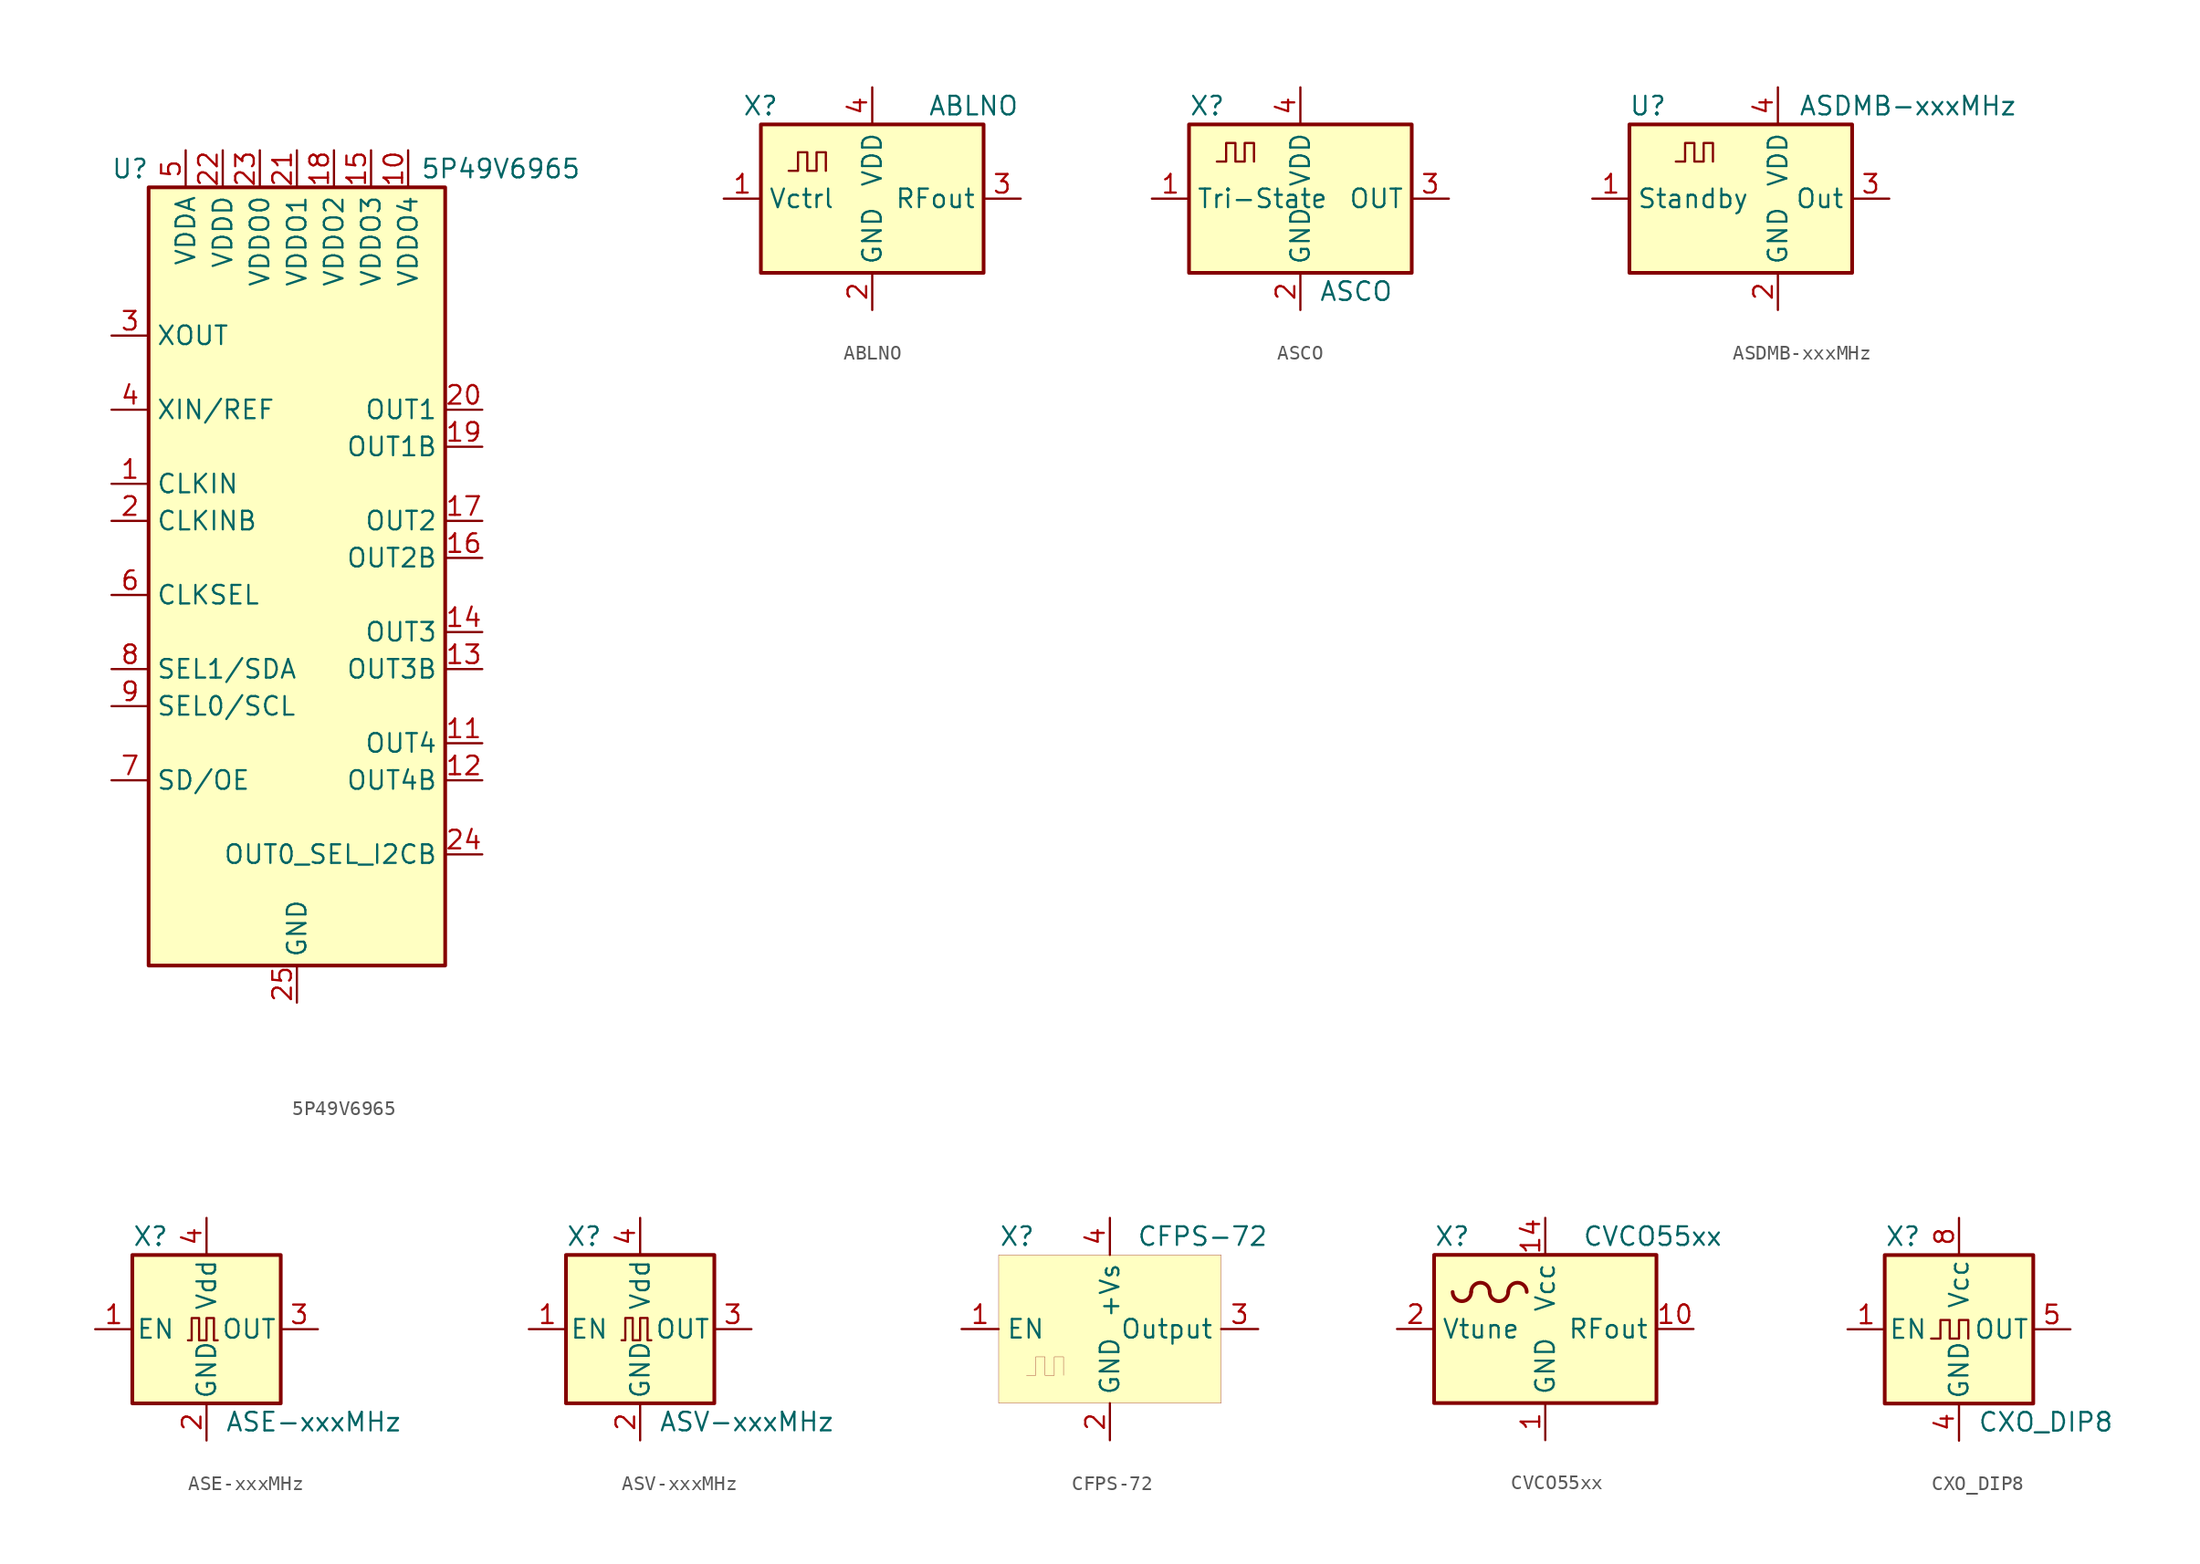
<source format=kicad_sym>
(kicad_symbol_lib
  (version 20241209)
  (generator "kicad_symbol_editor")
  (generator_version "9.0")
  (symbol "5P49V6965"
    (property "Reference" "U"
      (at -11.43 29.21 0)
      (effects (font (size 1.27 1.27))))
    (property "Value" "5P49V6965"
      (at 13.97 29.21 0)
      (effects (font (size 1.27 1.27))))
    (symbol "5P49V6965_0_1"
      (rectangle (start -10.16 27.94) (end 10.16 -25.4) (stroke (width 0.254) (type default)) (fill (type background))))
    (symbol "5P49V6965_1_1"
      (pin output line (at -12.7 17.78 0) (length 2.54) (name "XOUT" (effects (font (size 1.27 1.27)))) (number "3" (effects (font (size 1.27 1.27)))))
      (pin input line (at -12.7 12.7 0) (length 2.54) (name "XIN/REF" (effects (font (size 1.27 1.27)))) (number "4" (effects (font (size 1.27 1.27)))))
      (pin input line (at -12.7 7.62 0) (length 2.54) (name "CLKIN" (effects (font (size 1.27 1.27)))) (number "1" (effects (font (size 1.27 1.27)))))
      (pin input line (at -12.7 5.08 0) (length 2.54) (name "CLKINB" (effects (font (size 1.27 1.27)))) (number "2" (effects (font (size 1.27 1.27)))))
      (pin input line (at -12.7 0 0) (length 2.54) (name "CLKSEL" (effects (font (size 1.27 1.27)))) (number "6" (effects (font (size 1.27 1.27)))))
      (pin bidirectional line (at -12.7 -5.08 0) (length 2.54) (name "SEL1/SDA" (effects (font (size 1.27 1.27)))) (number "8" (effects (font (size 1.27 1.27)))))
      (pin input line (at -12.7 -7.62 0) (length 2.54) (name "SEL0/SCL" (effects (font (size 1.27 1.27)))) (number "9" (effects (font (size 1.27 1.27)))))
      (pin input line (at -12.7 -12.7 0) (length 2.54) (name "SD/OE" (effects (font (size 1.27 1.27)))) (number "7" (effects (font (size 1.27 1.27)))))
      (pin power_in line (at -7.62 30.48 270) (length 2.54) (name "VDDA" (effects (font (size 1.27 1.27)))) (number "5" (effects (font (size 1.27 1.27)))))
      (pin power_in line (at -5.08 30.48 270) (length 2.54) (name "VDDD" (effects (font (size 1.27 1.27)))) (number "22" (effects (font (size 1.27 1.27)))))
      (pin power_in line (at -2.54 30.48 270) (length 2.54) (name "VDDO0" (effects (font (size 1.27 1.27)))) (number "23" (effects (font (size 1.27 1.27)))))
      (pin power_in line (at 0 30.48 270) (length 2.54) (name "VDDO1" (effects (font (size 1.27 1.27)))) (number "21" (effects (font (size 1.27 1.27)))))
      (pin power_in line (at 0 -27.94 90) (length 2.54) (name "GND" (effects (font (size 1.27 1.27)))) (number "25" (effects (font (size 1.27 1.27)))))
      (pin power_in line (at 2.54 30.48 270) (length 2.54) (name "VDDO2" (effects (font (size 1.27 1.27)))) (number "18" (effects (font (size 1.27 1.27)))))
      (pin power_in line (at 5.08 30.48 270) (length 2.54) (name "VDDO3" (effects (font (size 1.27 1.27)))) (number "15" (effects (font (size 1.27 1.27)))))
      (pin power_in line (at 7.62 30.48 270) (length 2.54) (name "VDDO4" (effects (font (size 1.27 1.27)))) (number "10" (effects (font (size 1.27 1.27)))))
      (pin output line (at 12.7 12.7 180) (length 2.54) (name "OUT1" (effects (font (size 1.27 1.27)))) (number "20" (effects (font (size 1.27 1.27)))))
      (pin output line (at 12.7 10.16 180) (length 2.54) (name "OUT1B" (effects (font (size 1.27 1.27)))) (number "19" (effects (font (size 1.27 1.27)))))
      (pin output line (at 12.7 5.08 180) (length 2.54) (name "OUT2" (effects (font (size 1.27 1.27)))) (number "17" (effects (font (size 1.27 1.27)))))
      (pin output line (at 12.7 2.54 180) (length 2.54) (name "OUT2B" (effects (font (size 1.27 1.27)))) (number "16" (effects (font (size 1.27 1.27)))))
      (pin output line (at 12.7 -2.54 180) (length 2.54) (name "OUT3" (effects (font (size 1.27 1.27)))) (number "14" (effects (font (size 1.27 1.27)))))
      (pin output line (at 12.7 -5.08 180) (length 2.54) (name "OUT3B" (effects (font (size 1.27 1.27)))) (number "13" (effects (font (size 1.27 1.27)))))
      (pin output line (at 12.7 -10.16 180) (length 2.54) (name "OUT4" (effects (font (size 1.27 1.27)))) (number "11" (effects (font (size 1.27 1.27)))))
      (pin output line (at 12.7 -12.7 180) (length 2.54) (name "OUT4B" (effects (font (size 1.27 1.27)))) (number "12" (effects (font (size 1.27 1.27)))))
      (pin bidirectional line (at 12.7 -17.78 180) (length 2.54) (name "OUT0_SEL_I2CB" (effects (font (size 1.27 1.27)))) (number "24" (effects (font (size 1.27 1.27)))))))
  (symbol "ABLNO"
    (property "Reference" "X"
      (at -8.89 6.35 0)
      (effects (font (size 1.27 1.27)) (justify left)))
    (property "Value" "ABLNO"
      (at 3.81 6.35 0)
      (effects (font (size 1.27 1.27)) (justify left)))
    (symbol "ABLNO_0_1"
      (rectangle (start -7.62 5.08) (end 7.62 -5.08) (stroke (width 0.254) (type default)) (fill (type background)))
      (polyline (pts (xy -5.715 1.905) (xy -5.08 1.905) (xy -5.08 3.175) (xy -4.445 3.175) (xy -4.445 1.905) (xy -3.81 1.905) (xy -3.81 3.175) (xy -3.175 3.175) (xy -3.175 1.905)) (stroke (width 0) (type default)) (fill (type none))))
    (symbol "ABLNO_1_1"
      (pin input line (at -10.16 0 0) (length 2.54) (name "Vctrl" (effects (font (size 1.27 1.27)))) (number "1" (effects (font (size 1.27 1.27)))))
      (pin power_in line (at 0 7.62 270) (length 2.54) (name "VDD" (effects (font (size 1.27 1.27)))) (number "4" (effects (font (size 1.27 1.27)))))
      (pin power_in line (at 0 -7.62 90) (length 2.54) (name "GND" (effects (font (size 1.27 1.27)))) (number "2" (effects (font (size 1.27 1.27)))))
      (pin output line (at 10.16 0 180) (length 2.54) (name "RFout" (effects (font (size 1.27 1.27)))) (number "3" (effects (font (size 1.27 1.27)))))))
  (symbol "ASCO"
    (property "Reference" "X"
      (at -7.62 6.35 0)
      (effects (font (size 1.27 1.27)) (justify left)))
    (property "Value" "ASCO"
      (at 1.27 -6.35 0)
      (effects (font (size 1.27 1.27)) (justify left)))
    (symbol "ASCO_0_1"
      (rectangle (start -7.62 5.08) (end 7.62 -5.08) (stroke (width 0.254) (type default)) (fill (type background)))
      (polyline (pts (xy -5.715 2.54) (xy -5.08 2.54) (xy -5.08 3.81) (xy -4.445 3.81) (xy -4.445 2.54) (xy -3.81 2.54) (xy -3.81 3.81) (xy -3.175 3.81) (xy -3.175 2.54)) (stroke (width 0) (type default)) (fill (type none))))
    (symbol "ASCO_1_1"
      (pin input line (at -10.16 0 0) (length 2.54) (name "Tri-State" (effects (font (size 1.27 1.27)))) (number "1" (effects (font (size 1.27 1.27)))))
      (pin power_in line (at 0 7.62 270) (length 2.54) (name "VDD" (effects (font (size 1.27 1.27)))) (number "4" (effects (font (size 1.27 1.27)))))
      (pin power_in line (at 0 -7.62 90) (length 2.54) (name "GND" (effects (font (size 1.27 1.27)))) (number "2" (effects (font (size 1.27 1.27)))))
      (pin output line (at 10.16 0 180) (length 2.54) (name "OUT" (effects (font (size 1.27 1.27)))) (number "3" (effects (font (size 1.27 1.27)))))))
  (symbol "ASDMB-xxxMHz"
    (property "Reference" "U"
      (at -6.35 6.35 0)
      (effects (font (size 1.27 1.27))))
    (property "Value" "ASDMB-xxxMHz"
      (at 11.43 6.35 0)
      (effects (font (size 1.27 1.27))))
    (symbol "ASDMB-xxxMHz_1_1"
      (rectangle (start -7.62 5.08) (end 7.62 -5.08) (stroke (width 0.254) (type default)) (fill (type background)))
      (polyline (pts (xy -4.445 2.54) (xy -3.81 2.54) (xy -3.81 3.81) (xy -3.175 3.81) (xy -3.175 2.54) (xy -2.54 2.54) (xy -2.54 3.81) (xy -1.905 3.81) (xy -1.905 2.54)) (stroke (width 0) (type default)) (fill (type none)))
      (pin input line (at -10.16 0 0) (length 2.54) (name "Standby" (effects (font (size 1.27 1.27)))) (number "1" (effects (font (size 1.27 1.27)))))
      (pin power_in line (at 2.54 7.62 270) (length 2.54) (name "VDD" (effects (font (size 1.27 1.27)))) (number "4" (effects (font (size 1.27 1.27)))))
      (pin power_in line (at 2.54 -7.62 90) (length 2.54) (name "GND" (effects (font (size 1.27 1.27)))) (number "2" (effects (font (size 1.27 1.27)))))
      (pin output line (at 10.16 0 180) (length 2.54) (name "Out" (effects (font (size 1.27 1.27)))) (number "3" (effects (font (size 1.27 1.27)))))))
  (symbol "ASE-xxxMHz"
    (pin_names
      (offset 0.254))
    (property "Reference" "X"
      (at -5.08 6.35 0)
      (effects (font (size 1.27 1.27)) (justify left)))
    (property "Value" "ASE-xxxMHz"
      (at 1.27 -6.35 0)
      (effects (font (size 1.27 1.27)) (justify left)))
    (symbol "ASE-xxxMHz_0_1"
      (rectangle (start -5.08 5.08) (end 5.08 -5.08) (stroke (width 0.254) (type default)) (fill (type background)))
      (polyline (pts (xy -1.27 -0.762) (xy -1.016 -0.762) (xy -1.016 0.762) (xy -0.508 0.762) (xy -0.508 -0.762) (xy 0 -0.762) (xy 0 0.762) (xy 0.508 0.762) (xy 0.508 -0.762) (xy 0.762 -0.762)) (stroke (width 0) (type default)) (fill (type none))))
    (symbol "ASE-xxxMHz_1_1"
      (pin input line (at -7.62 0 0) (length 2.54) (name "EN" (effects (font (size 1.27 1.27)))) (number "1" (effects (font (size 1.27 1.27)))))
      (pin power_in line (at 0 7.62 270) (length 2.54) (name "Vdd" (effects (font (size 1.27 1.27)))) (number "4" (effects (font (size 1.27 1.27)))))
      (pin power_in line (at 0 -7.62 90) (length 2.54) (name "GND" (effects (font (size 1.27 1.27)))) (number "2" (effects (font (size 1.27 1.27)))))
      (pin output line (at 7.62 0 180) (length 2.54) (name "OUT" (effects (font (size 1.27 1.27)))) (number "3" (effects (font (size 1.27 1.27)))))))
  (symbol "ASV-xxxMHz"
    (pin_names
      (offset 0.254))
    (property "Reference" "X"
      (at -5.08 6.35 0)
      (effects (font (size 1.27 1.27)) (justify left)))
    (property "Value" "ASV-xxxMHz"
      (at 1.27 -6.35 0)
      (effects (font (size 1.27 1.27)) (justify left)))
    (symbol "ASV-xxxMHz_0_1"
      (rectangle (start -5.08 5.08) (end 5.08 -5.08) (stroke (width 0.254) (type default)) (fill (type background)))
      (polyline (pts (xy -1.27 -0.762) (xy -1.016 -0.762) (xy -1.016 0.762) (xy -0.508 0.762) (xy -0.508 -0.762) (xy 0 -0.762) (xy 0 0.762) (xy 0.508 0.762) (xy 0.508 -0.762) (xy 0.762 -0.762)) (stroke (width 0) (type default)) (fill (type none))))
    (symbol "ASV-xxxMHz_1_1"
      (pin input line (at -7.62 0 0) (length 2.54) (name "EN" (effects (font (size 1.27 1.27)))) (number "1" (effects (font (size 1.27 1.27)))))
      (pin power_in line (at 0 7.62 270) (length 2.54) (name "Vdd" (effects (font (size 1.27 1.27)))) (number "4" (effects (font (size 1.27 1.27)))))
      (pin power_in line (at 0 -7.62 90) (length 2.54) (name "GND" (effects (font (size 1.27 1.27)))) (number "2" (effects (font (size 1.27 1.27)))))
      (pin output line (at 7.62 0 180) (length 2.54) (name "OUT" (effects (font (size 1.27 1.27)))) (number "3" (effects (font (size 1.27 1.27)))))))
  (symbol "CFPS-72"
    (property "Reference" "X"
      (at -6.35 6.35 0)
      (effects (font (size 1.27 1.27))))
    (property "Value" "CFPS-72"
      (at 6.35 6.35 0)
      (effects (font (size 1.27 1.27))))
    (symbol "CFPS-72_0_1"
      (rectangle (start -7.62 5.08) (end 7.62 -5.08) (stroke (width 0.001) (type default)) (fill (type background)))
      (polyline (pts (xy -5.715 -3.175) (xy -5.08 -3.175) (xy -5.08 -1.905) (xy -4.445 -1.905) (xy -4.445 -3.175) (xy -3.81 -3.175) (xy -3.81 -1.905) (xy -3.175 -1.905) (xy -3.175 -3.175)) (stroke (width 0.001) (type default)) (fill (type none))))
    (symbol "CFPS-72_1_1"
      (pin input line (at -10.16 0 0) (length 2.54) (name "EN" (effects (font (size 1.27 1.27)))) (number "1" (effects (font (size 1.27 1.27)))))
      (pin power_in line (at 0 7.62 270) (length 2.54) (name "+Vs" (effects (font (size 1.27 1.27)))) (number "4" (effects (font (size 1.27 1.27)))))
      (pin power_in line (at 0 -7.62 90) (length 2.54) (name "GND" (effects (font (size 1.27 1.27)))) (number "2" (effects (font (size 1.27 1.27)))))
      (pin output line (at 10.16 0 180) (length 2.54) (name "Output" (effects (font (size 1.27 1.27)))) (number "3" (effects (font (size 1.27 1.27)))))))
  (symbol "CVCO55xx"
    (property "Reference" "X"
      (at -7.62 6.35 0)
      (effects (font (size 1.27 1.27)) (justify left)))
    (property "Value" "CVCO55xx"
      (at 2.54 6.35 0)
      (effects (font (size 1.27 1.27)) (justify left)))
    (symbol "CVCO55xx_0_0"
      (pin passive line (at 0 -7.62 90) (length 2.54) hide (name "GND" (effects (font (size 1.27 1.27)))) (number "15" (effects (font (size 1.27 1.27)))))
      (pin passive line (at 0 -7.62 90) (length 2.54) hide (name "GND" (effects (font (size 1.27 1.27)))) (number "16" (effects (font (size 1.27 1.27))))))
    (symbol "CVCO55xx_0_1"
      (rectangle (start -7.62 5.08) (end 7.62 -5.08) (stroke (width 0.254) (type default)) (fill (type background)))
      (arc (start -5.08 2.54) (mid -5.715 1.9077) (end -6.35 2.54) (stroke (width 0.254) (type default)) (fill (type none)))
      (arc (start -5.08 2.54) (mid -4.445 3.1723) (end -3.81 2.54) (stroke (width 0.254) (type default)) (fill (type none)))
      (arc (start -2.54 2.54) (mid -3.175 1.9077) (end -3.81 2.54) (stroke (width 0.254) (type default)) (fill (type none)))
      (arc (start -2.54 2.54) (mid -1.905 3.1723) (end -1.27 2.54) (stroke (width 0.254) (type default)) (fill (type none))))
    (symbol "CVCO55xx_1_1"
      (pin passive line (at -10.16 0 0) (length 2.54) (name "Vtune" (effects (font (size 1.27 1.27)))) (number "2" (effects (font (size 1.27 1.27)))))
      (pin power_in line (at 0 7.62 270) (length 2.54) (name "Vcc" (effects (font (size 1.27 1.27)))) (number "14" (effects (font (size 1.27 1.27)))))
      (pin power_in line (at 0 -7.62 90) (length 2.54) (name "GND" (effects (font (size 1.27 1.27)))) (number "1" (effects (font (size 1.27 1.27)))))
      (pin passive line (at 0 -7.62 90) (length 2.54) hide (name "GND" (effects (font (size 1.27 1.27)))) (number "11" (effects (font (size 1.27 1.27)))))
      (pin passive line (at 0 -7.62 90) (length 2.54) hide (name "GND" (effects (font (size 1.27 1.27)))) (number "12" (effects (font (size 1.27 1.27)))))
      (pin passive line (at 0 -7.62 90) (length 2.54) hide (name "GND" (effects (font (size 1.27 1.27)))) (number "13" (effects (font (size 1.27 1.27)))))
      (pin passive line (at 0 -7.62 90) (length 2.54) hide (name "GND" (effects (font (size 1.27 1.27)))) (number "3" (effects (font (size 1.27 1.27)))))
      (pin passive line (at 0 -7.62 90) (length 2.54) hide (name "GND" (effects (font (size 1.27 1.27)))) (number "4" (effects (font (size 1.27 1.27)))))
      (pin passive line (at 0 -7.62 90) (length 2.54) hide (name "GND" (effects (font (size 1.27 1.27)))) (number "5" (effects (font (size 1.27 1.27)))))
      (pin passive line (at 0 -7.62 90) (length 2.54) hide (name "GND" (effects (font (size 1.27 1.27)))) (number "6" (effects (font (size 1.27 1.27)))))
      (pin passive line (at 0 -7.62 90) (length 2.54) hide (name "GND" (effects (font (size 1.27 1.27)))) (number "7" (effects (font (size 1.27 1.27)))))
      (pin passive line (at 0 -7.62 90) (length 2.54) hide (name "GND" (effects (font (size 1.27 1.27)))) (number "8" (effects (font (size 1.27 1.27)))))
      (pin passive line (at 0 -7.62 90) (length 2.54) hide (name "GND" (effects (font (size 1.27 1.27)))) (number "9" (effects (font (size 1.27 1.27)))))
      (pin output line (at 10.16 0 180) (length 2.54) (name "RFout" (effects (font (size 1.27 1.27)))) (number "10" (effects (font (size 1.27 1.27)))))))
  (symbol "CXO_DIP8"
    (pin_names
      (offset 0.254))
    (property "Reference" "X"
      (at -5.08 6.35 0)
      (effects (font (size 1.27 1.27)) (justify left)))
    (property "Value" "CXO_DIP8"
      (at 1.27 -6.35 0)
      (effects (font (size 1.27 1.27)) (justify left)))
    (symbol "CXO_DIP8_0_1"
      (rectangle (start -5.08 5.08) (end 5.08 -5.08) (stroke (width 0.254) (type default)) (fill (type background)))
      (polyline (pts (xy -1.905 -0.635) (xy -1.27 -0.635) (xy -1.27 0.635) (xy -0.635 0.635) (xy -0.635 -0.635) (xy 0 -0.635) (xy 0 0.635) (xy 0.635 0.635) (xy 0.635 -0.635)) (stroke (width 0) (type default)) (fill (type none))))
    (symbol "CXO_DIP8_1_1"
      (pin input line (at -7.62 0 0) (length 2.54) (name "EN" (effects (font (size 1.27 1.27)))) (number "1" (effects (font (size 1.27 1.27)))))
      (pin power_in line (at 0 7.62 270) (length 2.54) (name "Vcc" (effects (font (size 1.27 1.27)))) (number "8" (effects (font (size 1.27 1.27)))))
      (pin power_in line (at 0 -7.62 90) (length 2.54) (name "GND" (effects (font (size 1.27 1.27)))) (number "4" (effects (font (size 1.27 1.27)))))
      (pin output line (at 7.62 0 180) (length 2.54) (name "OUT" (effects (font (size 1.27 1.27)))) (number "5" (effects (font (size 1.27 1.27))))))))
</source>
